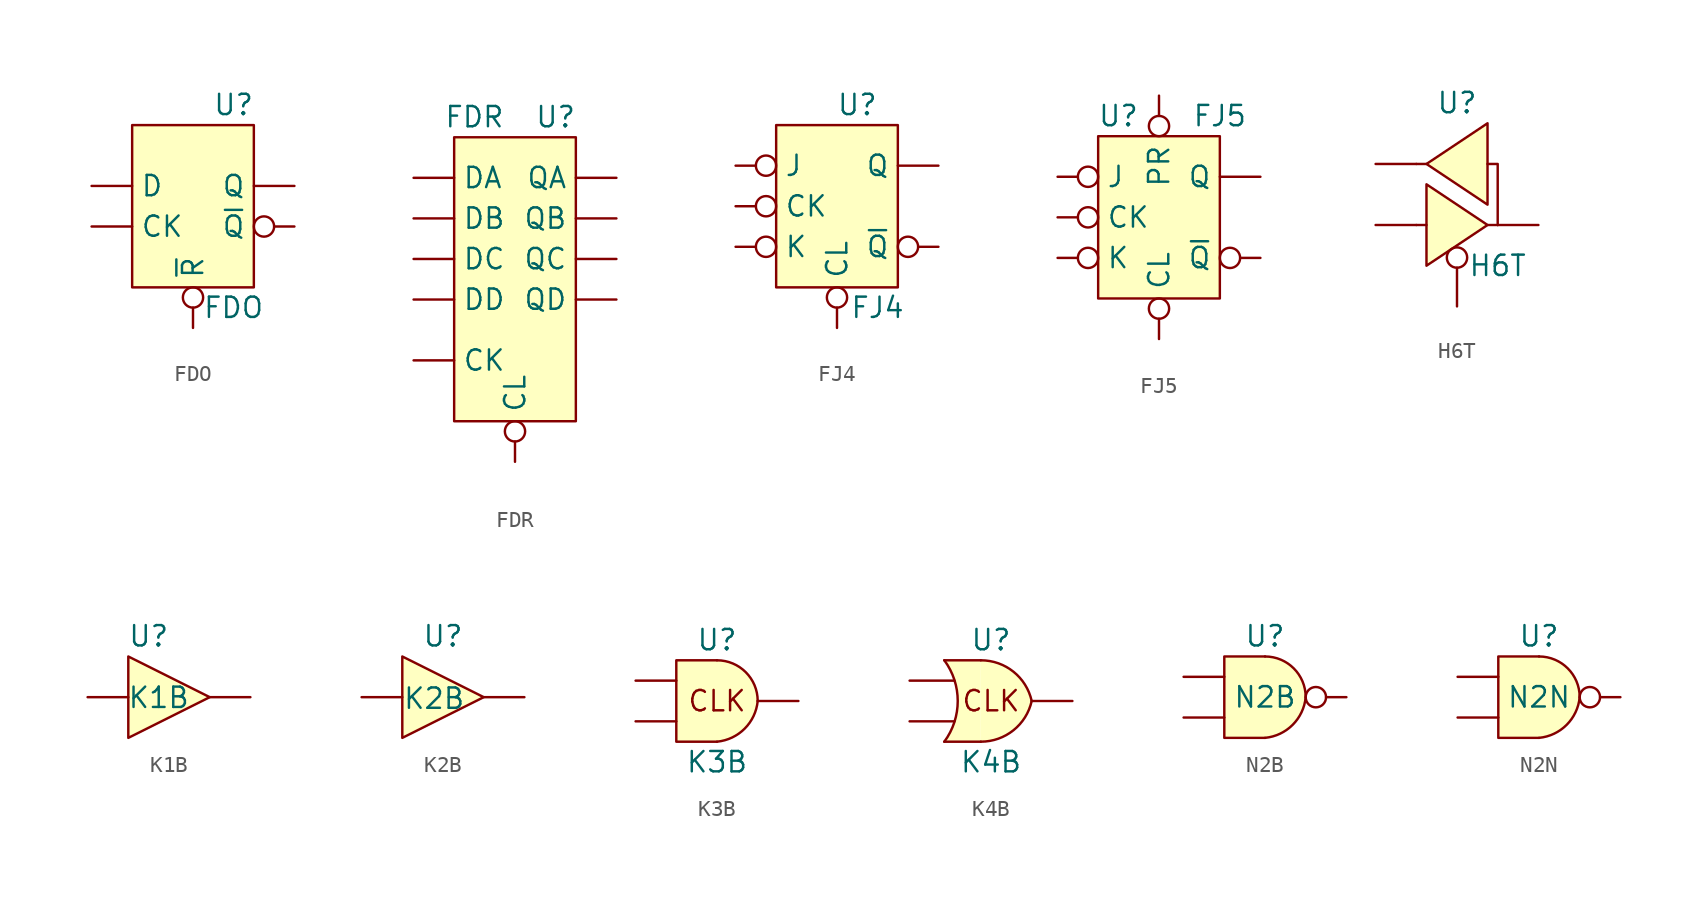
<source format=kicad_sym>
(kicad_symbol_lib
  (version 20220914)
  (generator kicad_symbol_editor)
  (symbol "FDO"
    (property "Reference" "U"
      (at 2.54 6.35 0)
      (effects (font (size 1.27 1.27))))
    (property "Value" "FDO"
      (at 2.54 -6.35 0)
      (effects (font (size 1.27 1.27))))
    (symbol "FDO_1_1"
      (rectangle (start -3.81 5.08) (end 3.81 -5.08) (stroke (width 0) (type default)) (fill (type background)))
      (pin input line (at -6.35 -1.27 0) (length 2.54) (name "CK" (effects (font (size 1.27 1.27)))) (number "" (effects (font (size 1.27 1.27)))))
      (pin input line (at -6.35 1.27 0) (length 2.54) (name "D" (effects (font (size 1.27 1.27)))) (number "" (effects (font (size 1.27 1.27)))))
      (pin output line (at 6.35 1.27 180) (length 2.54) (name "Q" (effects (font (size 1.27 1.27)))) (number "" (effects (font (size 1.27 1.27)))))
      (pin output inverted (at 6.35 -1.27 180) (length 2.54) (name "~{Q}" (effects (font (size 1.27 1.27)))) (number "" (effects (font (size 1.27 1.27)))))
      (pin input inverted (at 0 -7.62 90) (length 2.54) (name "~{R}" (effects (font (size 1.27 1.27)))) (number "" (effects (font (size 1.27 1.27)))))))
  (symbol "FDR"
    (property "Reference" "U"
      (at 2.54 10.16 0)
      (effects (font (size 1.27 1.27))))
    (property "Value" "FDR"
      (at -2.54 10.16 0)
      (effects (font (size 1.27 1.27))))
    (symbol "FDR_1_1"
      (rectangle (start -3.81 8.89) (end 3.81 -8.89) (stroke (width 0) (type default)) (fill (type background)))
      (pin input line (at -6.35 -5.08 0) (length 2.54) (name "CK" (effects (font (size 1.27 1.27)))) (number "" (effects (font (size 1.27 1.27)))))
      (pin input inverted (at 0 -11.43 90) (length 2.54) (name "CL" (effects (font (size 1.27 1.27)))) (number "" (effects (font (size 1.27 1.27)))))
      (pin input line (at -6.35 6.35 0) (length 2.54) (name "DA" (effects (font (size 1.27 1.27)))) (number "" (effects (font (size 1.27 1.27)))))
      (pin input line (at -6.35 3.81 0) (length 2.54) (name "DB" (effects (font (size 1.27 1.27)))) (number "" (effects (font (size 1.27 1.27)))))
      (pin input line (at -6.35 1.27 0) (length 2.54) (name "DC" (effects (font (size 1.27 1.27)))) (number "" (effects (font (size 1.27 1.27)))))
      (pin input line (at -6.35 -1.27 0) (length 2.54) (name "DD" (effects (font (size 1.27 1.27)))) (number "" (effects (font (size 1.27 1.27)))))
      (pin output line (at 6.35 6.35 180) (length 2.54) (name "QA" (effects (font (size 1.27 1.27)))) (number "" (effects (font (size 1.27 1.27)))))
      (pin output line (at 6.35 3.81 180) (length 2.54) (name "QB" (effects (font (size 1.27 1.27)))) (number "" (effects (font (size 1.27 1.27)))))
      (pin output line (at 6.35 1.27 180) (length 2.54) (name "QC" (effects (font (size 1.27 1.27)))) (number "" (effects (font (size 1.27 1.27)))))
      (pin output line (at 6.35 -1.27 180) (length 2.54) (name "QD" (effects (font (size 1.27 1.27)))) (number "" (effects (font (size 1.27 1.27)))))))
  (symbol "FJ4"
    (property "Reference" "U"
      (at 1.27 5.08 0)
      (effects (font (size 1.27 1.27))))
    (property "Value" "FJ4"
      (at 2.54 -7.62 0)
      (effects (font (size 1.27 1.27))))
    (symbol "FJ4_1_1"
      (rectangle (start -3.81 3.81) (end 3.81 -6.35) (stroke (width 0) (type default)) (fill (type background)))
      (pin input inverted (at -6.35 -1.27 0) (length 2.54) (name "CK" (effects (font (size 1.27 1.27)))) (number "" (effects (font (size 1.27 1.27)))))
      (pin input inverted (at 0 -8.89 90) (length 2.54) (name "CL" (effects (font (size 1.27 1.27)))) (number "" (effects (font (size 1.27 1.27)))))
      (pin input inverted (at -6.35 1.27 0) (length 2.54) (name "J" (effects (font (size 1.27 1.27)))) (number "" (effects (font (size 1.27 1.27)))))
      (pin input inverted (at -6.35 -3.81 0) (length 2.54) (name "K" (effects (font (size 1.27 1.27)))) (number "" (effects (font (size 1.27 1.27)))))
      (pin output line (at 6.35 1.27 180) (length 2.54) (name "Q" (effects (font (size 1.27 1.27)))) (number "" (effects (font (size 1.27 1.27)))))
      (pin output inverted (at 6.35 -3.81 180) (length 2.54) (name "~{Q}" (effects (font (size 1.27 1.27)))) (number "" (effects (font (size 1.27 1.27)))))))
  (symbol "FJ5"
    (property "Reference" "U"
      (at -2.54 6.35 0)
      (effects (font (size 1.27 1.27))))
    (property "Value" "FJ5"
      (at 3.81 6.35 0)
      (effects (font (size 1.27 1.27))))
    (symbol "FJ5_1_1"
      (rectangle (start -3.81 5.08) (end 3.81 -5.08) (stroke (width 0) (type default)) (fill (type background)))
      (pin input inverted (at -6.35 0 0) (length 2.54) (name "CK" (effects (font (size 1.27 1.27)))) (number "" (effects (font (size 1.27 1.27)))))
      (pin input inverted (at 0 -7.62 90) (length 2.54) (name "CL" (effects (font (size 1.27 1.27)))) (number "" (effects (font (size 1.27 1.27)))))
      (pin input inverted (at -6.35 2.54 0) (length 2.54) (name "J" (effects (font (size 1.27 1.27)))) (number "" (effects (font (size 1.27 1.27)))))
      (pin input inverted (at -6.35 -2.54 0) (length 2.54) (name "K" (effects (font (size 1.27 1.27)))) (number "" (effects (font (size 1.27 1.27)))))
      (pin input inverted (at 0 7.62 270) (length 2.54) (name "PR" (effects (font (size 1.27 1.27)))) (number "" (effects (font (size 1.27 1.27)))))
      (pin output line (at 6.35 2.54 180) (length 2.54) (name "Q" (effects (font (size 1.27 1.27)))) (number "" (effects (font (size 1.27 1.27)))))
      (pin output inverted (at 6.35 -2.54 180) (length 2.54) (name "~{Q}" (effects (font (size 1.27 1.27)))) (number "" (effects (font (size 1.27 1.27)))))))
  (symbol "H6T"
    (property "Reference" "U"
      (at 0 7.62 0)
      (effects (font (size 1.27 1.27))))
    (property "Value" "H6T"
      (at 2.54 -2.54 0)
      (effects (font (size 1.27 1.27))))
    (symbol "H6T_0_1"
      (polyline (pts (xy -2.54 0) (xy -1.905 0)) (stroke (width 0) (type default)) (fill (type none)))
      (polyline (pts (xy -2.54 3.81) (xy -1.905 3.81)) (stroke (width 0) (type default)) (fill (type none)))
      (polyline (pts (xy 2.54 0) (xy 1.905 0)) (stroke (width 0) (type default)) (fill (type none)))
      (polyline (pts (xy 1.905 3.81) (xy 2.54 3.81) (xy 2.54 0)) (stroke (width 0) (type default)) (fill (type none))))
    (symbol "H6T_1_1"
      (polyline (pts (xy -1.905 3.81) (xy 1.905 6.35) (xy 1.905 1.27) (xy -1.905 3.81)) (stroke (width 0) (type default)) (fill (type background)))
      (polyline (pts (xy 1.905 0) (xy -1.905 2.54) (xy -1.905 -2.54) (xy 1.905 0)) (stroke (width 0) (type default)) (fill (type background)))
      (pin input line (at -5.08 0 0) (length 2.54) (name "" (effects (font (size 1.27 1.27)))) (number "" (effects (font (size 1.27 1.27)))))
      (pin output line (at -5.08 3.81 0) (length 2.54) (name "" (effects (font (size 1.27 1.27)))) (number "" (effects (font (size 1.27 1.27)))))
      (pin input inverted (at 0 -5.08 90) (length 3.683) (name "" (effects (font (size 1.27 1.27)))) (number "" (effects (font (size 1.27 1.27)))))
      (pin bidirectional line (at 5.08 0 180) (length 2.54) (name "" (effects (font (size 1.27 1.27)))) (number "" (effects (font (size 1.27 1.27)))))))
  (symbol "K1B"
    (property "Reference" "U"
      (at -1.27 3.81 0)
      (effects (font (size 1.27 1.27))))
    (property "Value" "K1B"
      (at -0.641 -0.03 0)
      (effects (font (size 1.27 1.27))))
    (symbol "K1B_1_1"
      (polyline (pts (xy -2.54 2.54) (xy -2.54 -2.54) (xy 2.54 0) (xy -2.54 2.54)) (stroke (width 0) (type default)) (fill (type background)))
      (pin input line (at -5.08 0 0) (length 2.54) (name "" (effects (font (size 1.27 1.27)))) (number "" (effects (font (size 1.27 1.27)))))
      (pin output line (at 5.08 0 180) (length 2.54) (name "" (effects (font (size 1.27 1.27)))) (number "" (effects (font (size 1.27 1.27)))))))
  (symbol "K2B"
    (property "Reference" "U"
      (at 0 3.81 0)
      (effects (font (size 1.27 1.27))))
    (property "Value" "K2B"
      (at -0.553 -0.083 0)
      (effects (font (size 1.27 1.27))))
    (symbol "K2B_1_1"
      (polyline (pts (xy -2.54 2.54) (xy -2.54 -2.54) (xy 2.54 0) (xy -2.54 2.54)) (stroke (width 0) (type default)) (fill (type background)))
      (pin input line (at -5.08 0 0) (length 2.54) (name "" (effects (font (size 1.27 1.27)))) (number "" (effects (font (size 1.27 1.27)))))
      (pin output line (at 5.08 0 180) (length 2.54) (name "" (effects (font (size 1.27 1.27)))) (number "" (effects (font (size 1.27 1.27)))))))
  (symbol "K3B"
    (property "Reference" "U"
      (at 0 3.81 0)
      (effects (font (size 1.27 1.27))))
    (property "Value" "K3B"
      (at 0 -3.81 0)
      (effects (font (size 1.27 1.27))))
    (symbol "K3B_1_1"
      (arc (start 0 -2.54) (mid 1.7263 -1.7263) (end 2.54 0) (stroke (width 0) (type default)) (fill (type background)))
      (polyline (pts (xy 0 2.54) (xy -2.54 2.54) (xy -2.54 -2.54) (xy 0 -2.54)) (stroke (width 0) (type default)) (fill (type background)))
      (arc (start 2.54 0) (mid 1.7961 1.7961) (end 0 2.54) (stroke (width 0) (type default)) (fill (type background)))
      (text "CLK" (at 0 0 0) (effects (font (size 1.27 1.27))))
      (pin input line (at -5.08 -1.27 0) (length 2.54) (name "" (effects (font (size 1.27 1.27)))) (number "" (effects (font (size 1.27 1.27)))))
      (pin input line (at -5.08 1.27 0) (length 2.54) (name "" (effects (font (size 1.27 1.27)))) (number "" (effects (font (size 1.27 1.27)))))
      (pin output line (at 5.08 0 180) (length 2.54) (name "" (effects (font (size 1.27 1.27)))) (number "" (effects (font (size 1.27 1.27)))))))
  (symbol "K4B"
    (property "Reference" "U"
      (at 0 3.81 0)
      (effects (font (size 1.27 1.27))))
    (property "Value" "K4B"
      (at 0 -3.81 0)
      (effects (font (size 1.27 1.27))))
    (symbol "K4B_1_1"
      (arc (start -2.9127 -2.5398) (mid -2.0762 0.0001) (end -2.9129 2.54) (stroke (width 0) (type default)) (fill (type none)))
      (arc (start -0.635 -2.54) (mid 1.3992 -1.8283) (end 2.54 0) (stroke (width 0) (type default)) (fill (type background)))
      (polyline (pts (xy -0.635 -2.54) (xy -2.921 -2.54)) (stroke (width 0) (type default)) (fill (type outline)))
      (polyline (pts (xy -0.635 2.54) (xy -2.921 2.54)) (stroke (width 0) (type default)) (fill (type background)))
      (polyline (pts (xy -0.635 2.54) (xy -2.921 2.54) (xy -2.54 1.905) (xy -2.286 1.27) (xy -2.159 0.762) (xy -2.108 0.457) (xy -2.083 0.178) (xy -2.083 -0.127) (xy -2.134 -0.66) (xy -2.21 -1.016) (xy -2.311 -1.372) (xy -2.438 -1.676) (xy -2.616 -2.057) (xy -2.794 -2.337) (xy -2.921 -2.54) (xy -0.635 -2.54)) (stroke (width -0.0001) (type default)) (fill (type background)))
      (arc (start 2.54 0) (mid 1.3994 1.8287) (end -0.635 2.54) (stroke (width 0) (type default)) (fill (type background)))
      (text "CLK" (at 0 0 0) (effects (font (size 1.27 1.27))))
      (pin input line (at -5.08 -1.27 0) (length 2.794) (name "" (effects (font (size 1.27 1.27)))) (number "" (effects (font (size 1.27 1.27)))))
      (pin input line (at -5.08 1.27 0) (length 2.794) (name "" (effects (font (size 1.27 1.27)))) (number "" (effects (font (size 1.27 1.27)))))
      (pin output line (at 5.08 0 180) (length 2.54) (name "" (effects (font (size 1.27 1.27)))) (number "" (effects (font (size 1.27 1.27)))))))
  (symbol "N2B"
    (property "Reference" "U"
      (at 0 3.81 0)
      (effects (font (size 1.27 1.27))))
    (property "Value" "N2B"
      (at 0 0 0)
      (effects (font (size 1.27 1.27))))
    (symbol "N2B_1_1"
      (arc (start 0 -2.54) (mid 1.7263 -1.7263) (end 2.54 0) (stroke (width 0) (type default)) (fill (type background)))
      (polyline (pts (xy 0 2.54) (xy -2.54 2.54) (xy -2.54 -2.54) (xy 0 -2.54)) (stroke (width 0) (type default)) (fill (type background)))
      (arc (start 2.54 0) (mid 1.7961 1.7961) (end 0 2.54) (stroke (width 0) (type default)) (fill (type background)))
      (pin input line (at -5.08 -1.27 0) (length 2.54) (name "" (effects (font (size 1.27 1.27)))) (number "" (effects (font (size 1.27 1.27)))))
      (pin input line (at -5.08 1.27 0) (length 2.54) (name "" (effects (font (size 1.27 1.27)))) (number "" (effects (font (size 1.27 1.27)))))
      (pin output inverted (at 5.08 0 180) (length 2.54) (name "" (effects (font (size 1.27 1.27)))) (number "" (effects (font (size 1.27 1.27)))))))
  (symbol "N2N"
    (property "Reference" "U"
      (at 0 3.81 0)
      (effects (font (size 1.27 1.27))))
    (property "Value" "N2N"
      (at 0 0 0)
      (effects (font (size 1.27 1.27))))
    (symbol "N2N_1_1"
      (arc (start 0 -2.54) (mid 1.7263 -1.7263) (end 2.54 0) (stroke (width 0) (type default)) (fill (type background)))
      (polyline (pts (xy 0 2.54) (xy -2.54 2.54) (xy -2.54 -2.54) (xy 0 -2.54)) (stroke (width 0) (type default)) (fill (type background)))
      (arc (start 2.54 0) (mid 1.7961 1.7961) (end 0 2.54) (stroke (width 0) (type default)) (fill (type background)))
      (pin input line (at -5.08 -1.27 0) (length 2.54) (name "" (effects (font (size 1.27 1.27)))) (number "" (effects (font (size 1.27 1.27)))))
      (pin input line (at -5.08 1.27 0) (length 2.54) (name "" (effects (font (size 1.27 1.27)))) (number "" (effects (font (size 1.27 1.27)))))
      (pin output inverted (at 5.08 0 180) (length 2.54) (name "" (effects (font (size 1.27 1.27)))) (number "" (effects (font (size 1.27 1.27))))))))
</source>
